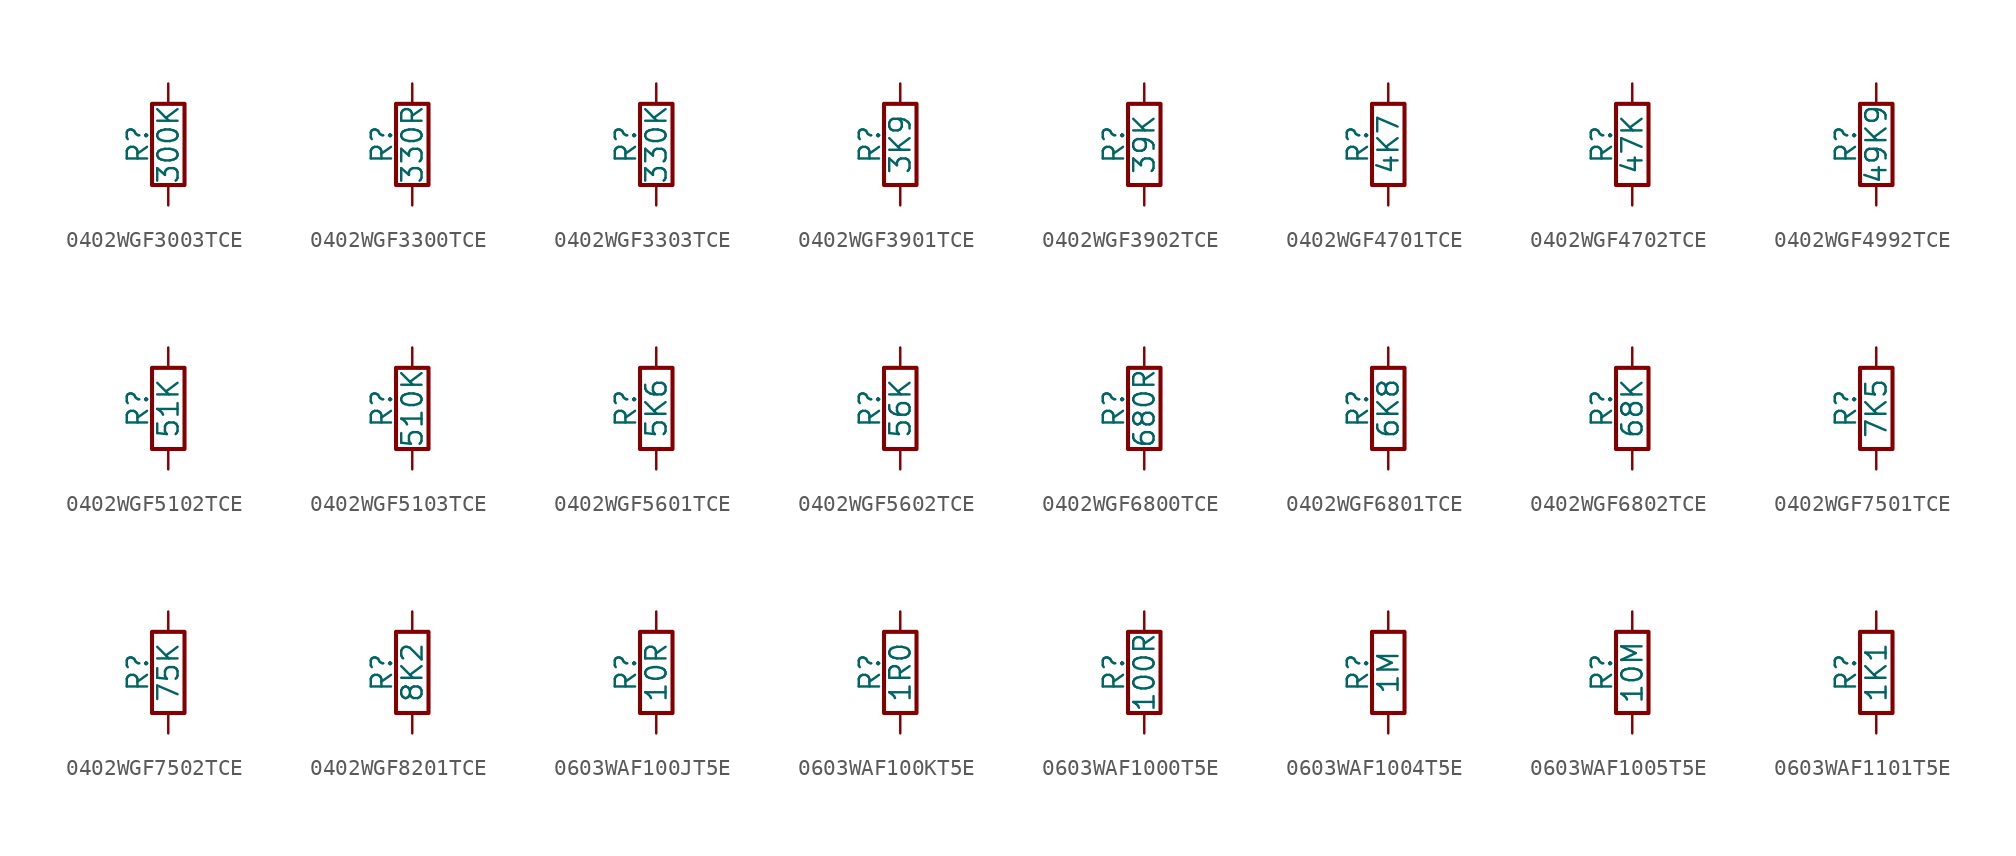
<source format=kicad_sym>
(kicad_symbol_lib
  (version 20211014)
  (generator conandllu_kicad_symbol_generator_20230404_23:29:43)
  (symbol "0402WGF3003TCE"
    (pin_numbers hide)
    (pin_names
      (offset 0))
    (property "Reference" "R"
      (at -1.905 0 90)
      (effects (font (size 1.27 1.27))))
    (property "Value" "300K"
      (at 0 0 90)
      (effects (font (size 1.27 1.27))))
    (symbol "0402WGF3003TCE_0_1"
      (rectangle (start -1.016 -2.54) (end 1.016 2.54) (stroke (width 0.254) (type default) (color 0 0 0 0)) (fill (type none))))
    (symbol "0402WGF3003TCE_1_1"
      (pin passive line (at 0 3.81 270) (length 1.27) (name "~" (effects (font (size 1.27 1.27)))) (number "1" (effects (font (size 1.27 1.27)))))
      (pin passive line (at 0 -3.81 90) (length 1.27) (name "~" (effects (font (size 1.27 1.27)))) (number "2" (effects (font (size 1.27 1.27)))))))
  (symbol "0402WGF3300TCE"
    (pin_numbers hide)
    (pin_names
      (offset 0))
    (property "Reference" "R"
      (at -1.905 0 90)
      (effects (font (size 1.27 1.27))))
    (property "Value" "330R"
      (at 0 0 90)
      (effects (font (size 1.27 1.27))))
    (symbol "0402WGF3300TCE_0_1"
      (rectangle (start -1.016 -2.54) (end 1.016 2.54) (stroke (width 0.254) (type default) (color 0 0 0 0)) (fill (type none))))
    (symbol "0402WGF3300TCE_1_1"
      (pin passive line (at 0 3.81 270) (length 1.27) (name "~" (effects (font (size 1.27 1.27)))) (number "1" (effects (font (size 1.27 1.27)))))
      (pin passive line (at 0 -3.81 90) (length 1.27) (name "~" (effects (font (size 1.27 1.27)))) (number "2" (effects (font (size 1.27 1.27)))))))
  (symbol "0402WGF3303TCE"
    (pin_numbers hide)
    (pin_names
      (offset 0))
    (property "Reference" "R"
      (at -1.905 0 90)
      (effects (font (size 1.27 1.27))))
    (property "Value" "330K"
      (at 0 0 90)
      (effects (font (size 1.27 1.27))))
    (symbol "0402WGF3303TCE_0_1"
      (rectangle (start -1.016 -2.54) (end 1.016 2.54) (stroke (width 0.254) (type default) (color 0 0 0 0)) (fill (type none))))
    (symbol "0402WGF3303TCE_1_1"
      (pin passive line (at 0 3.81 270) (length 1.27) (name "~" (effects (font (size 1.27 1.27)))) (number "1" (effects (font (size 1.27 1.27)))))
      (pin passive line (at 0 -3.81 90) (length 1.27) (name "~" (effects (font (size 1.27 1.27)))) (number "2" (effects (font (size 1.27 1.27)))))))
  (symbol "0402WGF3901TCE"
    (pin_numbers hide)
    (pin_names
      (offset 0))
    (property "Reference" "R"
      (at -1.905 0 90)
      (effects (font (size 1.27 1.27))))
    (property "Value" "3K9"
      (at 0 0 90)
      (effects (font (size 1.27 1.27))))
    (symbol "0402WGF3901TCE_0_1"
      (rectangle (start -1.016 -2.54) (end 1.016 2.54) (stroke (width 0.254) (type default) (color 0 0 0 0)) (fill (type none))))
    (symbol "0402WGF3901TCE_1_1"
      (pin passive line (at 0 3.81 270) (length 1.27) (name "~" (effects (font (size 1.27 1.27)))) (number "1" (effects (font (size 1.27 1.27)))))
      (pin passive line (at 0 -3.81 90) (length 1.27) (name "~" (effects (font (size 1.27 1.27)))) (number "2" (effects (font (size 1.27 1.27)))))))
  (symbol "0402WGF3902TCE"
    (pin_numbers hide)
    (pin_names
      (offset 0))
    (property "Reference" "R"
      (at -1.905 0 90)
      (effects (font (size 1.27 1.27))))
    (property "Value" "39K"
      (at 0 0 90)
      (effects (font (size 1.27 1.27))))
    (symbol "0402WGF3902TCE_0_1"
      (rectangle (start -1.016 -2.54) (end 1.016 2.54) (stroke (width 0.254) (type default) (color 0 0 0 0)) (fill (type none))))
    (symbol "0402WGF3902TCE_1_1"
      (pin passive line (at 0 3.81 270) (length 1.27) (name "~" (effects (font (size 1.27 1.27)))) (number "1" (effects (font (size 1.27 1.27)))))
      (pin passive line (at 0 -3.81 90) (length 1.27) (name "~" (effects (font (size 1.27 1.27)))) (number "2" (effects (font (size 1.27 1.27)))))))
  (symbol "0402WGF4701TCE"
    (pin_numbers hide)
    (pin_names
      (offset 0))
    (property "Reference" "R"
      (at -1.905 0 90)
      (effects (font (size 1.27 1.27))))
    (property "Value" "4K7"
      (at 0 0 90)
      (effects (font (size 1.27 1.27))))
    (symbol "0402WGF4701TCE_0_1"
      (rectangle (start -1.016 -2.54) (end 1.016 2.54) (stroke (width 0.254) (type default) (color 0 0 0 0)) (fill (type none))))
    (symbol "0402WGF4701TCE_1_1"
      (pin passive line (at 0 3.81 270) (length 1.27) (name "~" (effects (font (size 1.27 1.27)))) (number "1" (effects (font (size 1.27 1.27)))))
      (pin passive line (at 0 -3.81 90) (length 1.27) (name "~" (effects (font (size 1.27 1.27)))) (number "2" (effects (font (size 1.27 1.27)))))))
  (symbol "0402WGF4702TCE"
    (pin_numbers hide)
    (pin_names
      (offset 0))
    (property "Reference" "R"
      (at -1.905 0 90)
      (effects (font (size 1.27 1.27))))
    (property "Value" "47K"
      (at 0 0 90)
      (effects (font (size 1.27 1.27))))
    (symbol "0402WGF4702TCE_0_1"
      (rectangle (start -1.016 -2.54) (end 1.016 2.54) (stroke (width 0.254) (type default) (color 0 0 0 0)) (fill (type none))))
    (symbol "0402WGF4702TCE_1_1"
      (pin passive line (at 0 3.81 270) (length 1.27) (name "~" (effects (font (size 1.27 1.27)))) (number "1" (effects (font (size 1.27 1.27)))))
      (pin passive line (at 0 -3.81 90) (length 1.27) (name "~" (effects (font (size 1.27 1.27)))) (number "2" (effects (font (size 1.27 1.27)))))))
  (symbol "0402WGF4992TCE"
    (pin_numbers hide)
    (pin_names
      (offset 0))
    (property "Reference" "R"
      (at -1.905 0 90)
      (effects (font (size 1.27 1.27))))
    (property "Value" "49K9"
      (at 0 0 90)
      (effects (font (size 1.27 1.27))))
    (symbol "0402WGF4992TCE_0_1"
      (rectangle (start -1.016 -2.54) (end 1.016 2.54) (stroke (width 0.254) (type default) (color 0 0 0 0)) (fill (type none))))
    (symbol "0402WGF4992TCE_1_1"
      (pin passive line (at 0 3.81 270) (length 1.27) (name "~" (effects (font (size 1.27 1.27)))) (number "1" (effects (font (size 1.27 1.27)))))
      (pin passive line (at 0 -3.81 90) (length 1.27) (name "~" (effects (font (size 1.27 1.27)))) (number "2" (effects (font (size 1.27 1.27)))))))
  (symbol "0402WGF5102TCE"
    (pin_numbers hide)
    (pin_names
      (offset 0))
    (property "Reference" "R"
      (at -1.905 0 90)
      (effects (font (size 1.27 1.27))))
    (property "Value" "51K"
      (at 0 0 90)
      (effects (font (size 1.27 1.27))))
    (symbol "0402WGF5102TCE_0_1"
      (rectangle (start -1.016 -2.54) (end 1.016 2.54) (stroke (width 0.254) (type default) (color 0 0 0 0)) (fill (type none))))
    (symbol "0402WGF5102TCE_1_1"
      (pin passive line (at 0 3.81 270) (length 1.27) (name "~" (effects (font (size 1.27 1.27)))) (number "1" (effects (font (size 1.27 1.27)))))
      (pin passive line (at 0 -3.81 90) (length 1.27) (name "~" (effects (font (size 1.27 1.27)))) (number "2" (effects (font (size 1.27 1.27)))))))
  (symbol "0402WGF5103TCE"
    (pin_numbers hide)
    (pin_names
      (offset 0))
    (property "Reference" "R"
      (at -1.905 0 90)
      (effects (font (size 1.27 1.27))))
    (property "Value" "510K"
      (at 0 0 90)
      (effects (font (size 1.27 1.27))))
    (symbol "0402WGF5103TCE_0_1"
      (rectangle (start -1.016 -2.54) (end 1.016 2.54) (stroke (width 0.254) (type default) (color 0 0 0 0)) (fill (type none))))
    (symbol "0402WGF5103TCE_1_1"
      (pin passive line (at 0 3.81 270) (length 1.27) (name "~" (effects (font (size 1.27 1.27)))) (number "1" (effects (font (size 1.27 1.27)))))
      (pin passive line (at 0 -3.81 90) (length 1.27) (name "~" (effects (font (size 1.27 1.27)))) (number "2" (effects (font (size 1.27 1.27)))))))
  (symbol "0402WGF5601TCE"
    (pin_numbers hide)
    (pin_names
      (offset 0))
    (property "Reference" "R"
      (at -1.905 0 90)
      (effects (font (size 1.27 1.27))))
    (property "Value" "5K6"
      (at 0 0 90)
      (effects (font (size 1.27 1.27))))
    (symbol "0402WGF5601TCE_0_1"
      (rectangle (start -1.016 -2.54) (end 1.016 2.54) (stroke (width 0.254) (type default) (color 0 0 0 0)) (fill (type none))))
    (symbol "0402WGF5601TCE_1_1"
      (pin passive line (at 0 3.81 270) (length 1.27) (name "~" (effects (font (size 1.27 1.27)))) (number "1" (effects (font (size 1.27 1.27)))))
      (pin passive line (at 0 -3.81 90) (length 1.27) (name "~" (effects (font (size 1.27 1.27)))) (number "2" (effects (font (size 1.27 1.27)))))))
  (symbol "0402WGF5602TCE"
    (pin_numbers hide)
    (pin_names
      (offset 0))
    (property "Reference" "R"
      (at -1.905 0 90)
      (effects (font (size 1.27 1.27))))
    (property "Value" "56K"
      (at 0 0 90)
      (effects (font (size 1.27 1.27))))
    (symbol "0402WGF5602TCE_0_1"
      (rectangle (start -1.016 -2.54) (end 1.016 2.54) (stroke (width 0.254) (type default) (color 0 0 0 0)) (fill (type none))))
    (symbol "0402WGF5602TCE_1_1"
      (pin passive line (at 0 3.81 270) (length 1.27) (name "~" (effects (font (size 1.27 1.27)))) (number "1" (effects (font (size 1.27 1.27)))))
      (pin passive line (at 0 -3.81 90) (length 1.27) (name "~" (effects (font (size 1.27 1.27)))) (number "2" (effects (font (size 1.27 1.27)))))))
  (symbol "0402WGF6800TCE"
    (pin_numbers hide)
    (pin_names
      (offset 0))
    (property "Reference" "R"
      (at -1.905 0 90)
      (effects (font (size 1.27 1.27))))
    (property "Value" "680R"
      (at 0 0 90)
      (effects (font (size 1.27 1.27))))
    (symbol "0402WGF6800TCE_0_1"
      (rectangle (start -1.016 -2.54) (end 1.016 2.54) (stroke (width 0.254) (type default) (color 0 0 0 0)) (fill (type none))))
    (symbol "0402WGF6800TCE_1_1"
      (pin passive line (at 0 3.81 270) (length 1.27) (name "~" (effects (font (size 1.27 1.27)))) (number "1" (effects (font (size 1.27 1.27)))))
      (pin passive line (at 0 -3.81 90) (length 1.27) (name "~" (effects (font (size 1.27 1.27)))) (number "2" (effects (font (size 1.27 1.27)))))))
  (symbol "0402WGF6801TCE"
    (pin_numbers hide)
    (pin_names
      (offset 0))
    (property "Reference" "R"
      (at -1.905 0 90)
      (effects (font (size 1.27 1.27))))
    (property "Value" "6K8"
      (at 0 0 90)
      (effects (font (size 1.27 1.27))))
    (symbol "0402WGF6801TCE_0_1"
      (rectangle (start -1.016 -2.54) (end 1.016 2.54) (stroke (width 0.254) (type default) (color 0 0 0 0)) (fill (type none))))
    (symbol "0402WGF6801TCE_1_1"
      (pin passive line (at 0 3.81 270) (length 1.27) (name "~" (effects (font (size 1.27 1.27)))) (number "1" (effects (font (size 1.27 1.27)))))
      (pin passive line (at 0 -3.81 90) (length 1.27) (name "~" (effects (font (size 1.27 1.27)))) (number "2" (effects (font (size 1.27 1.27)))))))
  (symbol "0402WGF6802TCE"
    (pin_numbers hide)
    (pin_names
      (offset 0))
    (property "Reference" "R"
      (at -1.905 0 90)
      (effects (font (size 1.27 1.27))))
    (property "Value" "68K"
      (at 0 0 90)
      (effects (font (size 1.27 1.27))))
    (symbol "0402WGF6802TCE_0_1"
      (rectangle (start -1.016 -2.54) (end 1.016 2.54) (stroke (width 0.254) (type default) (color 0 0 0 0)) (fill (type none))))
    (symbol "0402WGF6802TCE_1_1"
      (pin passive line (at 0 3.81 270) (length 1.27) (name "~" (effects (font (size 1.27 1.27)))) (number "1" (effects (font (size 1.27 1.27)))))
      (pin passive line (at 0 -3.81 90) (length 1.27) (name "~" (effects (font (size 1.27 1.27)))) (number "2" (effects (font (size 1.27 1.27)))))))
  (symbol "0402WGF7501TCE"
    (pin_numbers hide)
    (pin_names
      (offset 0))
    (property "Reference" "R"
      (at -1.905 0 90)
      (effects (font (size 1.27 1.27))))
    (property "Value" "7K5"
      (at 0 0 90)
      (effects (font (size 1.27 1.27))))
    (symbol "0402WGF7501TCE_0_1"
      (rectangle (start -1.016 -2.54) (end 1.016 2.54) (stroke (width 0.254) (type default) (color 0 0 0 0)) (fill (type none))))
    (symbol "0402WGF7501TCE_1_1"
      (pin passive line (at 0 3.81 270) (length 1.27) (name "~" (effects (font (size 1.27 1.27)))) (number "1" (effects (font (size 1.27 1.27)))))
      (pin passive line (at 0 -3.81 90) (length 1.27) (name "~" (effects (font (size 1.27 1.27)))) (number "2" (effects (font (size 1.27 1.27)))))))
  (symbol "0402WGF7502TCE"
    (pin_numbers hide)
    (pin_names
      (offset 0))
    (property "Reference" "R"
      (at -1.905 0 90)
      (effects (font (size 1.27 1.27))))
    (property "Value" "75K"
      (at 0 0 90)
      (effects (font (size 1.27 1.27))))
    (symbol "0402WGF7502TCE_0_1"
      (rectangle (start -1.016 -2.54) (end 1.016 2.54) (stroke (width 0.254) (type default) (color 0 0 0 0)) (fill (type none))))
    (symbol "0402WGF7502TCE_1_1"
      (pin passive line (at 0 3.81 270) (length 1.27) (name "~" (effects (font (size 1.27 1.27)))) (number "1" (effects (font (size 1.27 1.27)))))
      (pin passive line (at 0 -3.81 90) (length 1.27) (name "~" (effects (font (size 1.27 1.27)))) (number "2" (effects (font (size 1.27 1.27)))))))
  (symbol "0402WGF8201TCE"
    (pin_numbers hide)
    (pin_names
      (offset 0))
    (property "Reference" "R"
      (at -1.905 0 90)
      (effects (font (size 1.27 1.27))))
    (property "Value" "8K2"
      (at 0 0 90)
      (effects (font (size 1.27 1.27))))
    (symbol "0402WGF8201TCE_0_1"
      (rectangle (start -1.016 -2.54) (end 1.016 2.54) (stroke (width 0.254) (type default) (color 0 0 0 0)) (fill (type none))))
    (symbol "0402WGF8201TCE_1_1"
      (pin passive line (at 0 3.81 270) (length 1.27) (name "~" (effects (font (size 1.27 1.27)))) (number "1" (effects (font (size 1.27 1.27)))))
      (pin passive line (at 0 -3.81 90) (length 1.27) (name "~" (effects (font (size 1.27 1.27)))) (number "2" (effects (font (size 1.27 1.27)))))))
  (symbol "0603WAF100JT5E"
    (pin_numbers hide)
    (pin_names
      (offset 0))
    (property "Reference" "R"
      (at -1.905 0 90)
      (effects (font (size 1.27 1.27))))
    (property "Value" "10R"
      (at 0 0 90)
      (effects (font (size 1.27 1.27))))
    (symbol "0603WAF100JT5E_0_1"
      (rectangle (start -1.016 -2.54) (end 1.016 2.54) (stroke (width 0.254) (type default) (color 0 0 0 0)) (fill (type none))))
    (symbol "0603WAF100JT5E_1_1"
      (pin passive line (at 0 3.81 270) (length 1.27) (name "~" (effects (font (size 1.27 1.27)))) (number "1" (effects (font (size 1.27 1.27)))))
      (pin passive line (at 0 -3.81 90) (length 1.27) (name "~" (effects (font (size 1.27 1.27)))) (number "2" (effects (font (size 1.27 1.27)))))))
  (symbol "0603WAF100KT5E"
    (pin_numbers hide)
    (pin_names
      (offset 0))
    (property "Reference" "R"
      (at -1.905 0 90)
      (effects (font (size 1.27 1.27))))
    (property "Value" "1R0"
      (at 0 0 90)
      (effects (font (size 1.27 1.27))))
    (symbol "0603WAF100KT5E_0_1"
      (rectangle (start -1.016 -2.54) (end 1.016 2.54) (stroke (width 0.254) (type default) (color 0 0 0 0)) (fill (type none))))
    (symbol "0603WAF100KT5E_1_1"
      (pin passive line (at 0 3.81 270) (length 1.27) (name "~" (effects (font (size 1.27 1.27)))) (number "1" (effects (font (size 1.27 1.27)))))
      (pin passive line (at 0 -3.81 90) (length 1.27) (name "~" (effects (font (size 1.27 1.27)))) (number "2" (effects (font (size 1.27 1.27)))))))
  (symbol "0603WAF1000T5E"
    (pin_numbers hide)
    (pin_names
      (offset 0))
    (property "Reference" "R"
      (at -1.905 0 90)
      (effects (font (size 1.27 1.27))))
    (property "Value" "100R "
      (at 0 0 90)
      (effects (font (size 1.27 1.27))))
    (symbol "0603WAF1000T5E_0_1"
      (rectangle (start -1.016 -2.54) (end 1.016 2.54) (stroke (width 0.254) (type default) (color 0 0 0 0)) (fill (type none))))
    (symbol "0603WAF1000T5E_1_1"
      (pin passive line (at 0 3.81 270) (length 1.27) (name "~" (effects (font (size 1.27 1.27)))) (number "1" (effects (font (size 1.27 1.27)))))
      (pin passive line (at 0 -3.81 90) (length 1.27) (name "~" (effects (font (size 1.27 1.27)))) (number "2" (effects (font (size 1.27 1.27)))))))
  (symbol "0603WAF1004T5E"
    (pin_numbers hide)
    (pin_names
      (offset 0))
    (property "Reference" "R"
      (at -1.905 0 90)
      (effects (font (size 1.27 1.27))))
    (property "Value" "1M"
      (at 0 0 90)
      (effects (font (size 1.27 1.27))))
    (symbol "0603WAF1004T5E_0_1"
      (rectangle (start -1.016 -2.54) (end 1.016 2.54) (stroke (width 0.254) (type default) (color 0 0 0 0)) (fill (type none))))
    (symbol "0603WAF1004T5E_1_1"
      (pin passive line (at 0 3.81 270) (length 1.27) (name "~" (effects (font (size 1.27 1.27)))) (number "1" (effects (font (size 1.27 1.27)))))
      (pin passive line (at 0 -3.81 90) (length 1.27) (name "~" (effects (font (size 1.27 1.27)))) (number "2" (effects (font (size 1.27 1.27)))))))
  (symbol "0603WAF1005T5E"
    (pin_numbers hide)
    (pin_names
      (offset 0))
    (property "Reference" "R"
      (at -1.905 0 90)
      (effects (font (size 1.27 1.27))))
    (property "Value" "10M"
      (at 0 0 90)
      (effects (font (size 1.27 1.27))))
    (symbol "0603WAF1005T5E_0_1"
      (rectangle (start -1.016 -2.54) (end 1.016 2.54) (stroke (width 0.254) (type default) (color 0 0 0 0)) (fill (type none))))
    (symbol "0603WAF1005T5E_1_1"
      (pin passive line (at 0 3.81 270) (length 1.27) (name "~" (effects (font (size 1.27 1.27)))) (number "1" (effects (font (size 1.27 1.27)))))
      (pin passive line (at 0 -3.81 90) (length 1.27) (name "~" (effects (font (size 1.27 1.27)))) (number "2" (effects (font (size 1.27 1.27)))))))
  (symbol "0603WAF1101T5E"
    (pin_numbers hide)
    (pin_names
      (offset 0))
    (property "Reference" "R"
      (at -1.905 0 90)
      (effects (font (size 1.27 1.27))))
    (property "Value" "1K1"
      (at 0 0 90)
      (effects (font (size 1.27 1.27))))
    (symbol "0603WAF1101T5E_0_1"
      (rectangle (start -1.016 -2.54) (end 1.016 2.54) (stroke (width 0.254) (type default) (color 0 0 0 0)) (fill (type none))))
    (symbol "0603WAF1101T5E_1_1"
      (pin passive line (at 0 3.81 270) (length 1.27) (name "~" (effects (font (size 1.27 1.27)))) (number "1" (effects (font (size 1.27 1.27)))))
      (pin passive line (at 0 -3.81 90) (length 1.27) (name "~" (effects (font (size 1.27 1.27)))) (number "2" (effects (font (size 1.27 1.27))))))))
</source>
